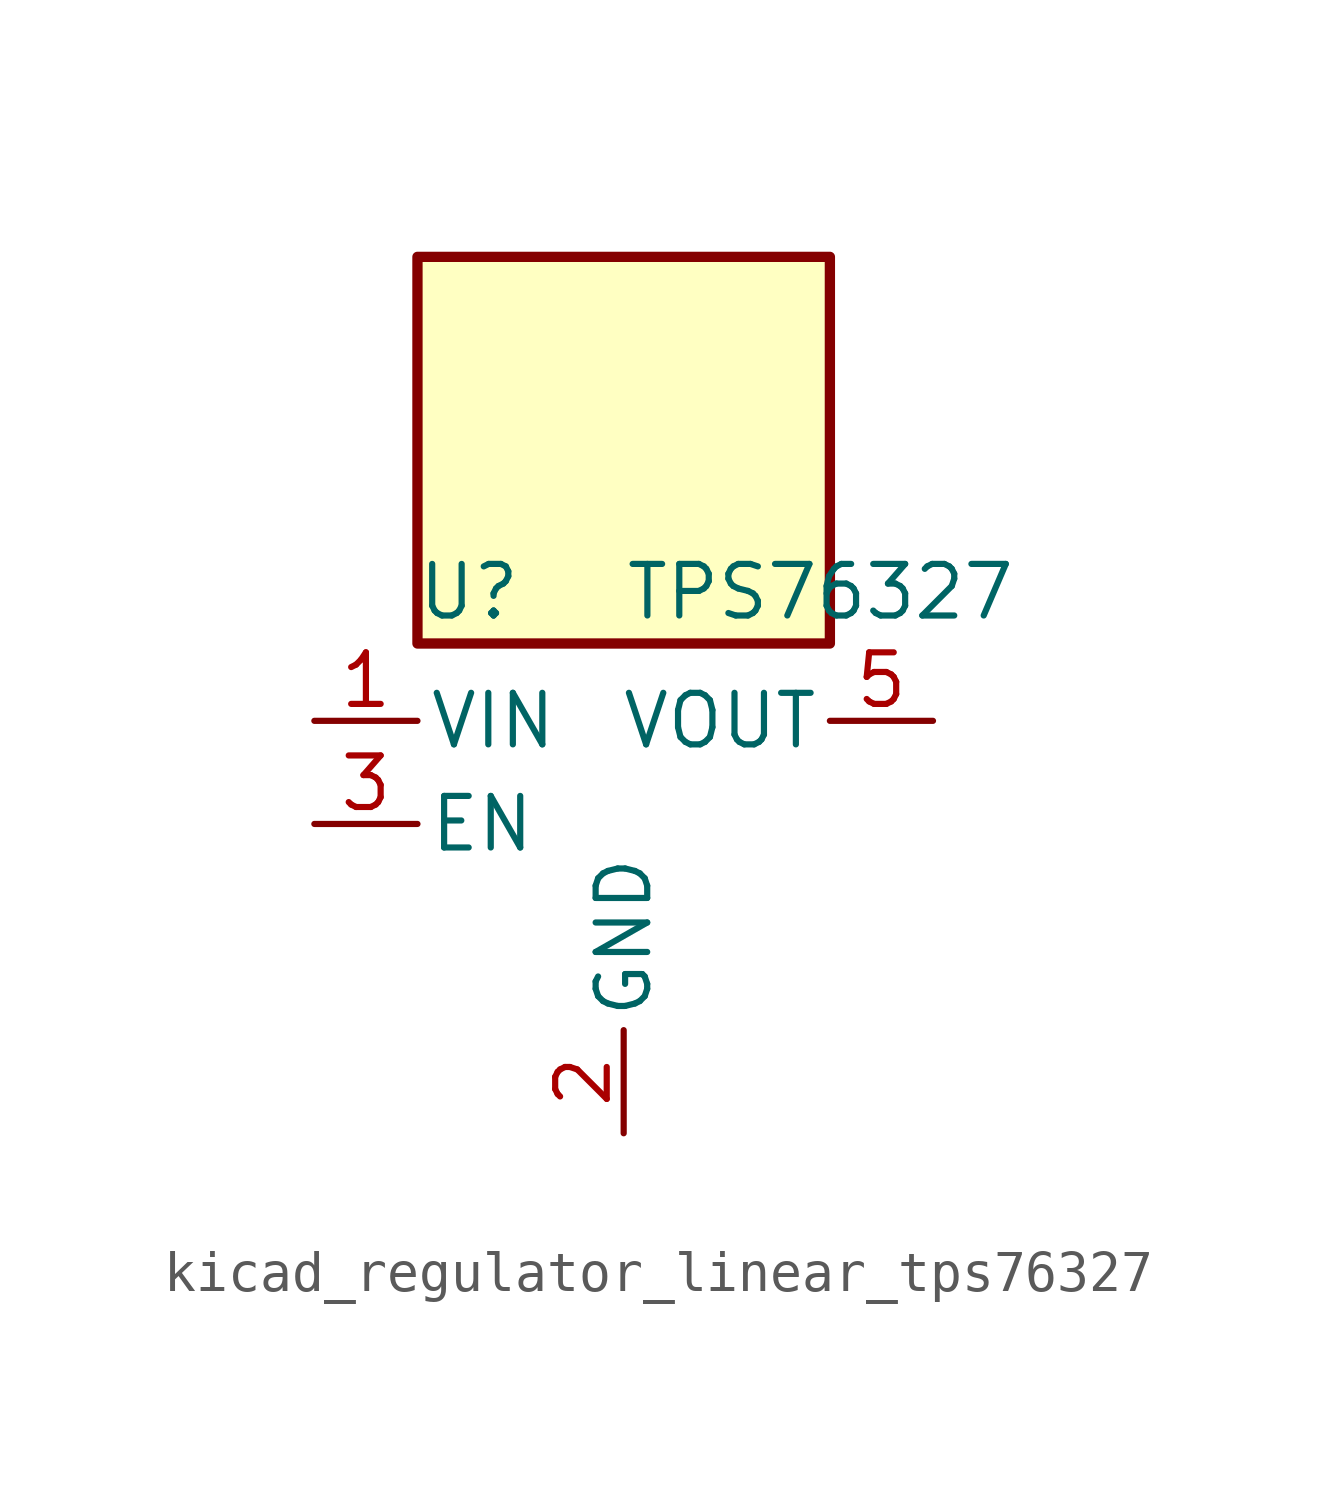
<source format=kicad_sym>
(kicad_symbol_lib
  (version 20220914)
  (generator kicad_symbol_editor)
  (symbol "kicad_regulator_linear_tps76327"
    (pin_names
      (offset 0.254))
    (property "Reference" "U"
      (at -3.81 5.715 0)
      (effects (font (size 1.27 1.27))))
    (property "Value" "TPS76327"
      (at 0 5.715 0)
      (effects (font (size 1.27 1.27)) (justify left)))
    (symbol "kicad_regulator_linear_tps76327_0_1"
      (rectangle (start 5.08 13.97) (end -5.08 4.445) (stroke (width 0.254) (type default)) (fill (type background))))
    (symbol "kicad_regulator_linear_tps76327_1_1"
      (pin power_in line (at -7.62 2.54 0) (length 2.54) (name "VIN" (effects (font (size 1.27 1.27)))) (number "1" (effects (font (size 1.27 1.27)))))
      (pin power_in line (at 0 -7.62 90) (length 2.54) (name "GND" (effects (font (size 1.27 1.27)))) (number "2" (effects (font (size 1.27 1.27)))))
      (pin input line (at -7.62 0 0) (length 2.54) (name "EN" (effects (font (size 1.27 1.27)))) (number "3" (effects (font (size 1.27 1.27)))))
      (pin no_connect line (at 5.08 0 180) (length 2.54) hide (name "NC" (effects (font (size 1.27 1.27)))) (number "4" (effects (font (size 1.27 1.27)))))
      (pin power_out line (at 7.62 2.54 180) (length 2.54) (name "VOUT" (effects (font (size 1.27 1.27)))) (number "5" (effects (font (size 1.27 1.27))))))))
</source>
